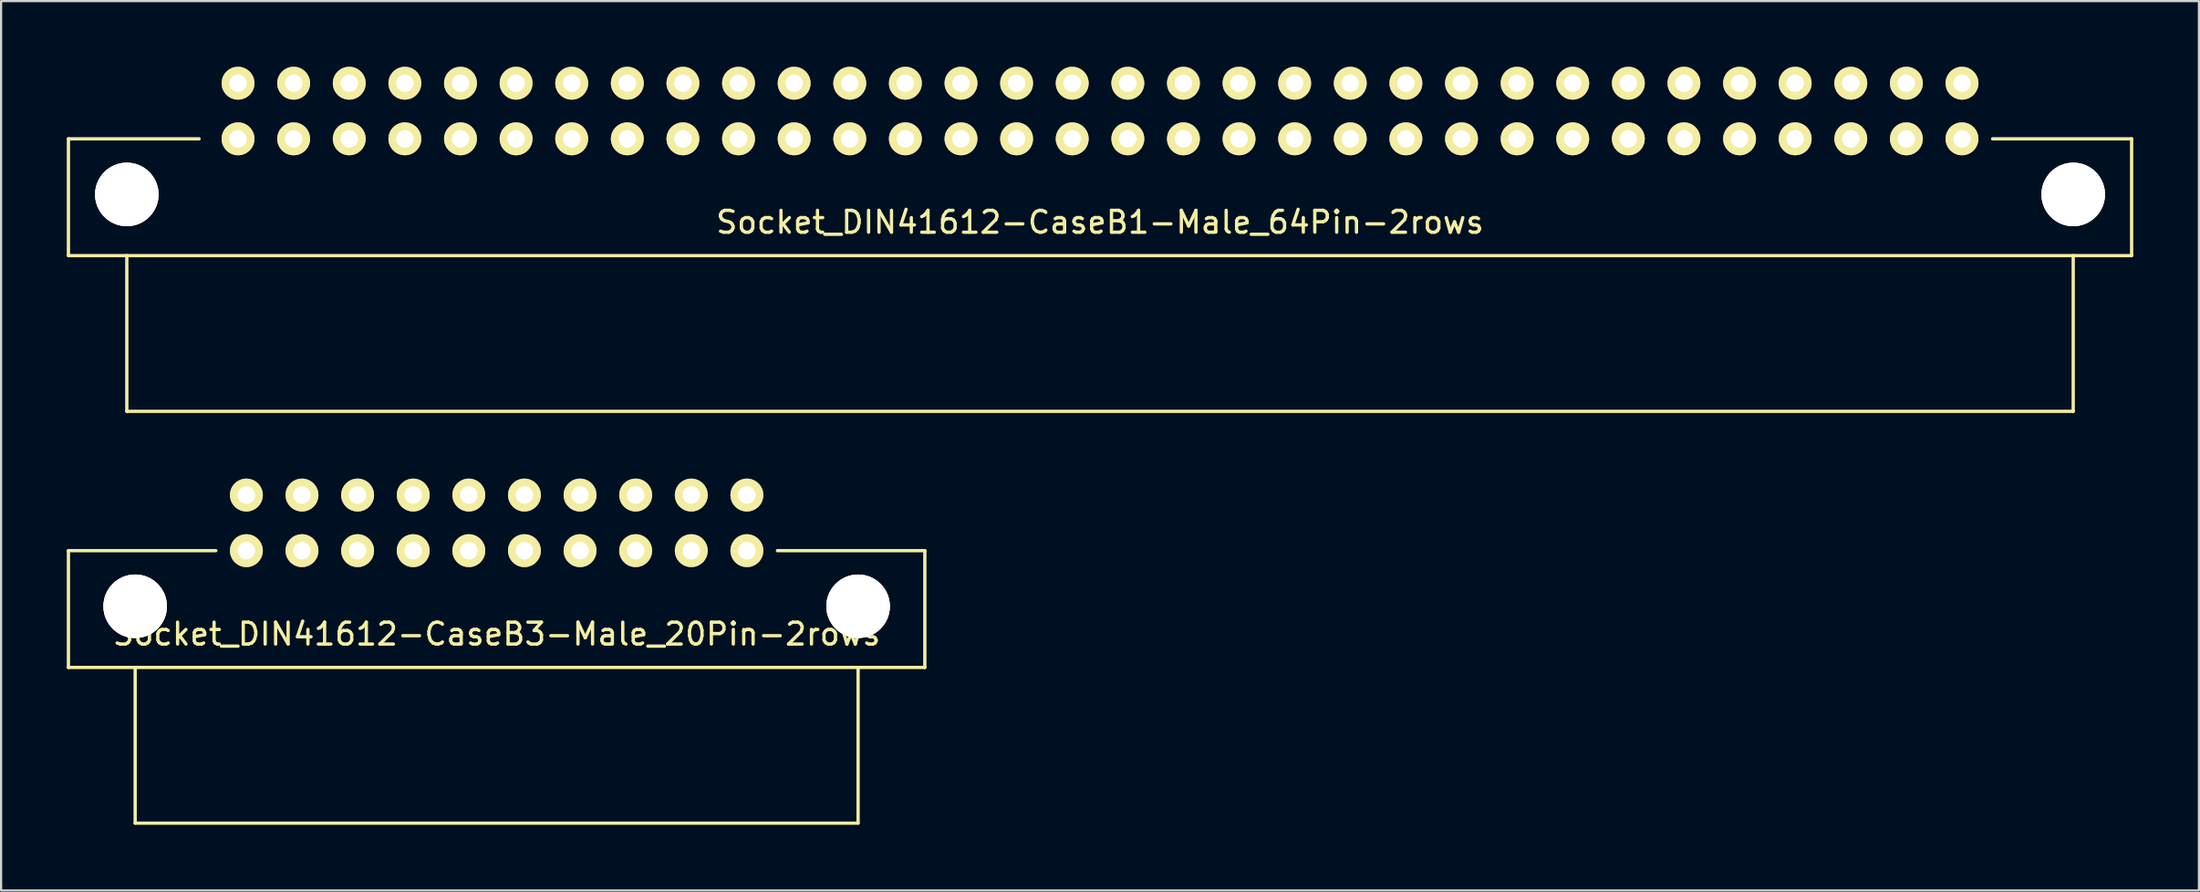
<source format=kicad_pcb>
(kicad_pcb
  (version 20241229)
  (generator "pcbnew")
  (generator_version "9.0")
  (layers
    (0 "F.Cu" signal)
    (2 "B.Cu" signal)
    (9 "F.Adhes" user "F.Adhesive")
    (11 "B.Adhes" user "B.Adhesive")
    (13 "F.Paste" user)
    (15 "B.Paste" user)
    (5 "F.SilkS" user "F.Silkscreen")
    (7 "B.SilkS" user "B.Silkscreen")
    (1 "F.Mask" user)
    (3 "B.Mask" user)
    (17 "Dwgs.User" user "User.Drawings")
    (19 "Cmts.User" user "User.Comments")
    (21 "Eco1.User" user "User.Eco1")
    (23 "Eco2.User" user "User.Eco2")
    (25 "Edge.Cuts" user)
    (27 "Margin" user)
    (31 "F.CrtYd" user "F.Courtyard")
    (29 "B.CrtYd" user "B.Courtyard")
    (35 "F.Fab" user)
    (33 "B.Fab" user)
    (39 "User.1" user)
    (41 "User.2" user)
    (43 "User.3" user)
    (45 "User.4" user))
  (footprint "Socket_DIN41612-CaseB1-Male_64Pin-2rows"
    (layer "F.Cu")
    (at 47.192 2.021)
    (property "Reference" "Socket_DIN41612-CaseB1-Male_64Pin-2rows" (at 0 5.08 0) (layer "F.SilkS") (effects (font (size 1 1) (thickness 0.15))))
    (attr through_hole)
    (fp_line (start -47.117 1.27) (end -41.148 1.27) (stroke (width 0.15) (type solid)) (layer "F.SilkS"))
    (fp_line (start -47.117 6.604) (end -47.117 1.27) (stroke (width 0.15) (type solid)) (layer "F.SilkS"))
    (fp_line (start -44.45 13.716) (end -44.45 6.604) (stroke (width 0.15) (type solid)) (layer "F.SilkS"))
    (fp_line (start 44.45 6.604) (end 44.45 13.716) (stroke (width 0.15) (type solid)) (layer "F.SilkS"))
    (fp_line (start 44.45 13.716) (end -44.45 13.716) (stroke (width 0.15) (type solid)) (layer "F.SilkS"))
    (fp_line (start 47.117 1.27) (end 40.767 1.27) (stroke (width 0.15) (type solid)) (layer "F.SilkS"))
    (fp_line (start 47.117 1.27) (end 47.117 6.604) (stroke (width 0.15) (type solid)) (layer "F.SilkS"))
    (fp_line (start 47.117 6.604) (end -47.117 6.604) (stroke (width 0.15) (type solid)) (layer "F.SilkS"))
    (pad "1" thru_hole circle (at -44.45 3.81) (size 2.901 2.901) (drill 2.901) (layers "*.Cu" "*.Mask" "F.SilkS"))
    (pad "1" thru_hole circle (at 44.45 3.81) (size 2.901 2.901) (drill 2.901) (layers "*.Cu" "*.Mask" "F.SilkS"))
    (pad "1a" thru_hole circle (at 39.37 -1.27 180) (size 1.501 1.501) (drill 0.8) (layers "*.Cu" "*.Mask" "F.SilkS"))
    (pad "1b" thru_hole circle (at 39.37 1.27 180) (size 1.501 1.501) (drill 0.8) (layers "*.Cu" "*.Mask" "F.SilkS"))
    (pad "2a" thru_hole circle (at 36.83 -1.27 180) (size 1.501 1.501) (drill 0.8) (layers "*.Cu" "*.Mask" "F.SilkS"))
    (pad "2b" thru_hole circle (at 36.83 1.27 180) (size 1.501 1.501) (drill 0.8) (layers "*.Cu" "*.Mask" "F.SilkS"))
    (pad "3a" thru_hole circle (at 34.29 -1.27 180) (size 1.501 1.501) (drill 0.8) (layers "*.Cu" "*.Mask" "F.SilkS"))
    (pad "3b" thru_hole circle (at 34.29 1.27 180) (size 1.501 1.501) (drill 0.8) (layers "*.Cu" "*.Mask" "F.SilkS"))
    (pad "4a" thru_hole circle (at 31.75 -1.27 180) (size 1.501 1.501) (drill 0.8) (layers "*.Cu" "*.Mask" "F.SilkS"))
    (pad "4b" thru_hole circle (at 31.75 1.27 180) (size 1.501 1.501) (drill 0.8) (layers "*.Cu" "*.Mask" "F.SilkS"))
    (pad "5a" thru_hole circle (at 29.21 -1.27 180) (size 1.501 1.501) (drill 0.8) (layers "*.Cu" "*.Mask" "F.SilkS"))
    (pad "5b" thru_hole circle (at 29.21 1.27 180) (size 1.501 1.501) (drill 0.8) (layers "*.Cu" "*.Mask" "F.SilkS"))
    (pad "6a" thru_hole circle (at 26.67 -1.27 180) (size 1.501 1.501) (drill 0.8) (layers "*.Cu" "*.Mask" "F.SilkS"))
    (pad "6b" thru_hole circle (at 26.67 1.27 180) (size 1.501 1.501) (drill 0.8) (layers "*.Cu" "*.Mask" "F.SilkS"))
    (pad "7a" thru_hole circle (at 24.13 -1.27 180) (size 1.501 1.501) (drill 0.8) (layers "*.Cu" "*.Mask" "F.SilkS"))
    (pad "7b" thru_hole circle (at 24.13 1.27 180) (size 1.501 1.501) (drill 0.8) (layers "*.Cu" "*.Mask" "F.SilkS"))
    (pad "8a" thru_hole circle (at 21.59 -1.27 180) (size 1.501 1.501) (drill 0.8) (layers "*.Cu" "*.Mask" "F.SilkS"))
    (pad "8b" thru_hole circle (at 21.59 1.27 180) (size 1.501 1.501) (drill 0.8) (layers "*.Cu" "*.Mask" "F.SilkS"))
    (pad "9a" thru_hole circle (at 19.05 -1.27 180) (size 1.501 1.501) (drill 0.8) (layers "*.Cu" "*.Mask" "F.SilkS"))
    (pad "9b" thru_hole circle (at 19.05 1.27 180) (size 1.501 1.501) (drill 0.8) (layers "*.Cu" "*.Mask" "F.SilkS"))
    (pad "10a" thru_hole circle (at 16.51 -1.27 180) (size 1.501 1.501) (drill 0.8) (layers "*.Cu" "*.Mask" "F.SilkS"))
    (pad "10b" thru_hole circle (at 16.51 1.27 180) (size 1.501 1.501) (drill 0.8) (layers "*.Cu" "*.Mask" "F.SilkS"))
    (pad "11a" thru_hole circle (at 13.97 -1.27 180) (size 1.501 1.501) (drill 0.8) (layers "*.Cu" "*.Mask" "F.SilkS"))
    (pad "11b" thru_hole circle (at 13.97 1.27 180) (size 1.501 1.501) (drill 0.8) (layers "*.Cu" "*.Mask" "F.SilkS"))
    (pad "12a" thru_hole circle (at 11.43 -1.27 180) (size 1.501 1.501) (drill 0.8) (layers "*.Cu" "*.Mask" "F.SilkS"))
    (pad "12b" thru_hole circle (at 11.43 1.27 180) (size 1.501 1.501) (drill 0.8) (layers "*.Cu" "*.Mask" "F.SilkS"))
    (pad "13a" thru_hole circle (at 8.89 -1.27 180) (size 1.501 1.501) (drill 0.8) (layers "*.Cu" "*.Mask" "F.SilkS"))
    (pad "13b" thru_hole circle (at 8.89 1.27 180) (size 1.501 1.501) (drill 0.8) (layers "*.Cu" "*.Mask" "F.SilkS"))
    (pad "14a" thru_hole circle (at 6.35 -1.27 180) (size 1.501 1.501) (drill 0.8) (layers "*.Cu" "*.Mask" "F.SilkS"))
    (pad "14b" thru_hole circle (at 6.35 1.27 180) (size 1.501 1.501) (drill 0.8) (layers "*.Cu" "*.Mask" "F.SilkS"))
    (pad "15a" thru_hole circle (at 3.81 -1.27 180) (size 1.501 1.501) (drill 0.8) (layers "*.Cu" "*.Mask" "F.SilkS"))
    (pad "15b" thru_hole circle (at 3.81 1.27 180) (size 1.501 1.501) (drill 0.8) (layers "*.Cu" "*.Mask" "F.SilkS"))
    (pad "16a" thru_hole circle (at 1.27 -1.27 180) (size 1.501 1.501) (drill 0.8) (layers "*.Cu" "*.Mask" "F.SilkS"))
    (pad "16b" thru_hole circle (at 1.27 1.27 180) (size 1.501 1.501) (drill 0.8) (layers "*.Cu" "*.Mask" "F.SilkS"))
    (pad "17a" thru_hole circle (at -1.27 -1.27 180) (size 1.501 1.501) (drill 0.8) (layers "*.Cu" "*.Mask" "F.SilkS"))
    (pad "17b" thru_hole circle (at -1.27 1.27 180) (size 1.501 1.501) (drill 0.8) (layers "*.Cu" "*.Mask" "F.SilkS"))
    (pad "18a" thru_hole circle (at -3.81 -1.27 180) (size 1.501 1.501) (drill 0.8) (layers "*.Cu" "*.Mask" "F.SilkS"))
    (pad "18b" thru_hole circle (at -3.81 1.27 180) (size 1.501 1.501) (drill 0.8) (layers "*.Cu" "*.Mask" "F.SilkS"))
    (pad "19a" thru_hole circle (at -6.35 -1.27 180) (size 1.501 1.501) (drill 0.8) (layers "*.Cu" "*.Mask" "F.SilkS"))
    (pad "19b" thru_hole circle (at -6.35 1.27 180) (size 1.501 1.501) (drill 0.8) (layers "*.Cu" "*.Mask" "F.SilkS"))
    (pad "20a" thru_hole circle (at -8.89 -1.27 180) (size 1.501 1.501) (drill 0.8) (layers "*.Cu" "*.Mask" "F.SilkS"))
    (pad "20b" thru_hole circle (at -8.89 1.27 180) (size 1.501 1.501) (drill 0.8) (layers "*.Cu" "*.Mask" "F.SilkS"))
    (pad "21a" thru_hole circle (at -11.43 -1.27 180) (size 1.501 1.501) (drill 0.8) (layers "*.Cu" "*.Mask" "F.SilkS"))
    (pad "21b" thru_hole circle (at -11.43 1.27 180) (size 1.501 1.501) (drill 0.8) (layers "*.Cu" "*.Mask" "F.SilkS"))
    (pad "22a" thru_hole circle (at -13.97 -1.27 180) (size 1.501 1.501) (drill 0.8) (layers "*.Cu" "*.Mask" "F.SilkS"))
    (pad "22b" thru_hole circle (at -13.97 1.27 180) (size 1.501 1.501) (drill 0.8) (layers "*.Cu" "*.Mask" "F.SilkS"))
    (pad "23a" thru_hole circle (at -16.51 -1.27 180) (size 1.501 1.501) (drill 0.8) (layers "*.Cu" "*.Mask" "F.SilkS"))
    (pad "23b" thru_hole circle (at -16.51 1.27 180) (size 1.501 1.501) (drill 0.8) (layers "*.Cu" "*.Mask" "F.SilkS"))
    (pad "24" thru_hole circle (at -19.05 -1.27 180) (size 1.501 1.501) (drill 0.8) (layers "*.Cu" "*.Mask" "F.SilkS"))
    (pad "24b" thru_hole circle (at -19.05 1.27 180) (size 1.501 1.501) (drill 0.8) (layers "*.Cu" "*.Mask" "F.SilkS"))
    (pad "25a" thru_hole circle (at -21.59 -1.27 180) (size 1.501 1.501) (drill 0.8) (layers "*.Cu" "*.Mask" "F.SilkS"))
    (pad "25b" thru_hole circle (at -21.59 1.27 180) (size 1.501 1.501) (drill 0.8) (layers "*.Cu" "*.Mask" "F.SilkS"))
    (pad "26a" thru_hole circle (at -24.13 -1.27 180) (size 1.501 1.501) (drill 0.8) (layers "*.Cu" "*.Mask" "F.SilkS"))
    (pad "26b" thru_hole circle (at -24.13 1.27 180) (size 1.501 1.501) (drill 0.8) (layers "*.Cu" "*.Mask" "F.SilkS"))
    (pad "27a" thru_hole circle (at -26.67 -1.27 180) (size 1.501 1.501) (drill 0.8) (layers "*.Cu" "*.Mask" "F.SilkS"))
    (pad "27b" thru_hole circle (at -26.67 1.27 180) (size 1.501 1.501) (drill 0.8) (layers "*.Cu" "*.Mask" "F.SilkS"))
    (pad "28a" thru_hole circle (at -29.21 -1.27 180) (size 1.501 1.501) (drill 0.8) (layers "*.Cu" "*.Mask" "F.SilkS"))
    (pad "28b" thru_hole circle (at -29.21 1.27 180) (size 1.501 1.501) (drill 0.8) (layers "*.Cu" "*.Mask" "F.SilkS"))
    (pad "29a" thru_hole circle (at -31.75 -1.27 180) (size 1.501 1.501) (drill 0.8) (layers "*.Cu" "*.Mask" "F.SilkS"))
    (pad "29b" thru_hole circle (at -31.75 1.27 180) (size 1.501 1.501) (drill 0.8) (layers "*.Cu" "*.Mask" "F.SilkS"))
    (pad "30a" thru_hole circle (at -34.29 -1.27 180) (size 1.501 1.501) (drill 0.8) (layers "*.Cu" "*.Mask" "F.SilkS"))
    (pad "30b" thru_hole circle (at -34.29 1.27 180) (size 1.501 1.501) (drill 0.8) (layers "*.Cu" "*.Mask" "F.SilkS"))
    (pad "31a" thru_hole circle (at -36.83 -1.27 180) (size 1.501 1.501) (drill 0.8) (layers "*.Cu" "*.Mask" "F.SilkS"))
    (pad "31b" thru_hole circle (at -36.83 1.27 180) (size 1.501 1.501) (drill 0.8) (layers "*.Cu" "*.Mask" "F.SilkS"))
    (pad "32a" thru_hole circle (at -39.37 -1.27 180) (size 1.501 1.501) (drill 0.8) (layers "*.Cu" "*.Mask" "F.SilkS"))
    (pad "32b" thru_hole circle (at -39.37 1.27 180) (size 1.501 1.501) (drill 0.8) (layers "*.Cu" "*.Mask" "F.SilkS")))
  (footprint "Socket_DIN41612-CaseB3-Male_20Pin-2rows"
    (layer "F.Cu")
    (at 19.633 20.832)
    (property "Reference" "Socket_DIN41612-CaseB3-Male_20Pin-2rows" (at 0 5.08 0) (layer "F.SilkS") (effects (font (size 1 1) (thickness 0.15))))
    (attr through_hole)
    (fp_line (start -19.558 1.27) (end -12.827 1.27) (stroke (width 0.15) (type solid)) (layer "F.SilkS"))
    (fp_line (start -19.558 6.604) (end -19.558 1.27) (stroke (width 0.15) (type solid)) (layer "F.SilkS"))
    (fp_line (start -16.51 13.716) (end -16.51 6.604) (stroke (width 0.15) (type solid)) (layer "F.SilkS"))
    (fp_line (start 16.51 6.604) (end 16.51 13.716) (stroke (width 0.15) (type solid)) (layer "F.SilkS"))
    (fp_line (start 16.51 13.716) (end -16.51 13.716) (stroke (width 0.15) (type solid)) (layer "F.SilkS"))
    (fp_line (start 19.558 1.27) (end 12.827 1.27) (stroke (width 0.15) (type solid)) (layer "F.SilkS"))
    (fp_line (start 19.558 1.27) (end 19.558 6.604) (stroke (width 0.15) (type solid)) (layer "F.SilkS"))
    (fp_line (start 19.558 6.604) (end -19.558 6.604) (stroke (width 0.15) (type solid)) (layer "F.SilkS"))
    (pad "1" thru_hole circle (at -16.51 3.81) (size 2.901 2.901) (drill 2.901) (layers "*.Cu" "*.Mask" "F.SilkS"))
    (pad "1" thru_hole circle (at 16.51 3.81) (size 2.901 2.901) (drill 2.901) (layers "*.Cu" "*.Mask" "F.SilkS"))
    (pad "1a" thru_hole circle (at 11.43 -1.27 180) (size 1.501 1.501) (drill 0.8) (layers "*.Cu" "*.Mask" "F.SilkS"))
    (pad "1b" thru_hole circle (at 11.43 1.27 180) (size 1.501 1.501) (drill 0.8) (layers "*.Cu" "*.Mask" "F.SilkS"))
    (pad "2a" thru_hole circle (at 8.89 -1.27 180) (size 1.501 1.501) (drill 0.8) (layers "*.Cu" "*.Mask" "F.SilkS"))
    (pad "2b" thru_hole circle (at 8.89 1.27 180) (size 1.501 1.501) (drill 0.8) (layers "*.Cu" "*.Mask" "F.SilkS"))
    (pad "3a" thru_hole circle (at 6.35 -1.27 180) (size 1.501 1.501) (drill 0.8) (layers "*.Cu" "*.Mask" "F.SilkS"))
    (pad "3b" thru_hole circle (at 6.35 1.27 180) (size 1.501 1.501) (drill 0.8) (layers "*.Cu" "*.Mask" "F.SilkS"))
    (pad "4a" thru_hole circle (at 3.81 -1.27 180) (size 1.501 1.501) (drill 0.8) (layers "*.Cu" "*.Mask" "F.SilkS"))
    (pad "4b" thru_hole circle (at 3.81 1.27 180) (size 1.501 1.501) (drill 0.8) (layers "*.Cu" "*.Mask" "F.SilkS"))
    (pad "5a" thru_hole circle (at 1.27 -1.27 180) (size 1.501 1.501) (drill 0.8) (layers "*.Cu" "*.Mask" "F.SilkS"))
    (pad "5b" thru_hole circle (at 1.27 1.27 180) (size 1.501 1.501) (drill 0.8) (layers "*.Cu" "*.Mask" "F.SilkS"))
    (pad "6a" thru_hole circle (at -1.27 -1.27 180) (size 1.501 1.501) (drill 0.8) (layers "*.Cu" "*.Mask" "F.SilkS"))
    (pad "6b" thru_hole circle (at -1.27 1.27 180) (size 1.501 1.501) (drill 0.8) (layers "*.Cu" "*.Mask" "F.SilkS"))
    (pad "7a" thru_hole circle (at -3.81 -1.27 180) (size 1.501 1.501) (drill 0.8) (layers "*.Cu" "*.Mask" "F.SilkS"))
    (pad "7b" thru_hole circle (at -3.81 1.27 180) (size 1.501 1.501) (drill 0.8) (layers "*.Cu" "*.Mask" "F.SilkS"))
    (pad "8a" thru_hole circle (at -6.35 -1.27 180) (size 1.501 1.501) (drill 0.8) (layers "*.Cu" "*.Mask" "F.SilkS"))
    (pad "8b" thru_hole circle (at -6.35 1.27 180) (size 1.501 1.501) (drill 0.8) (layers "*.Cu" "*.Mask" "F.SilkS"))
    (pad "9a" thru_hole circle (at -8.89 -1.27 180) (size 1.501 1.501) (drill 0.8) (layers "*.Cu" "*.Mask" "F.SilkS"))
    (pad "9b" thru_hole circle (at -8.89 1.27 180) (size 1.501 1.501) (drill 0.8) (layers "*.Cu" "*.Mask" "F.SilkS"))
    (pad "10a" thru_hole circle (at -11.43 -1.27 180) (size 1.501 1.501) (drill 0.8) (layers "*.Cu" "*.Mask" "F.SilkS"))
    (pad "10b" thru_hole circle (at -11.43 1.27 180) (size 1.501 1.501) (drill 0.8) (layers "*.Cu" "*.Mask" "F.SilkS")))
  (gr_rect
    (start -3 -3)
    (end 97.384 37.623)
    (stroke (width 0.1) (type default))
    (fill no)
    (layer "Edge.Cuts")))
</source>
